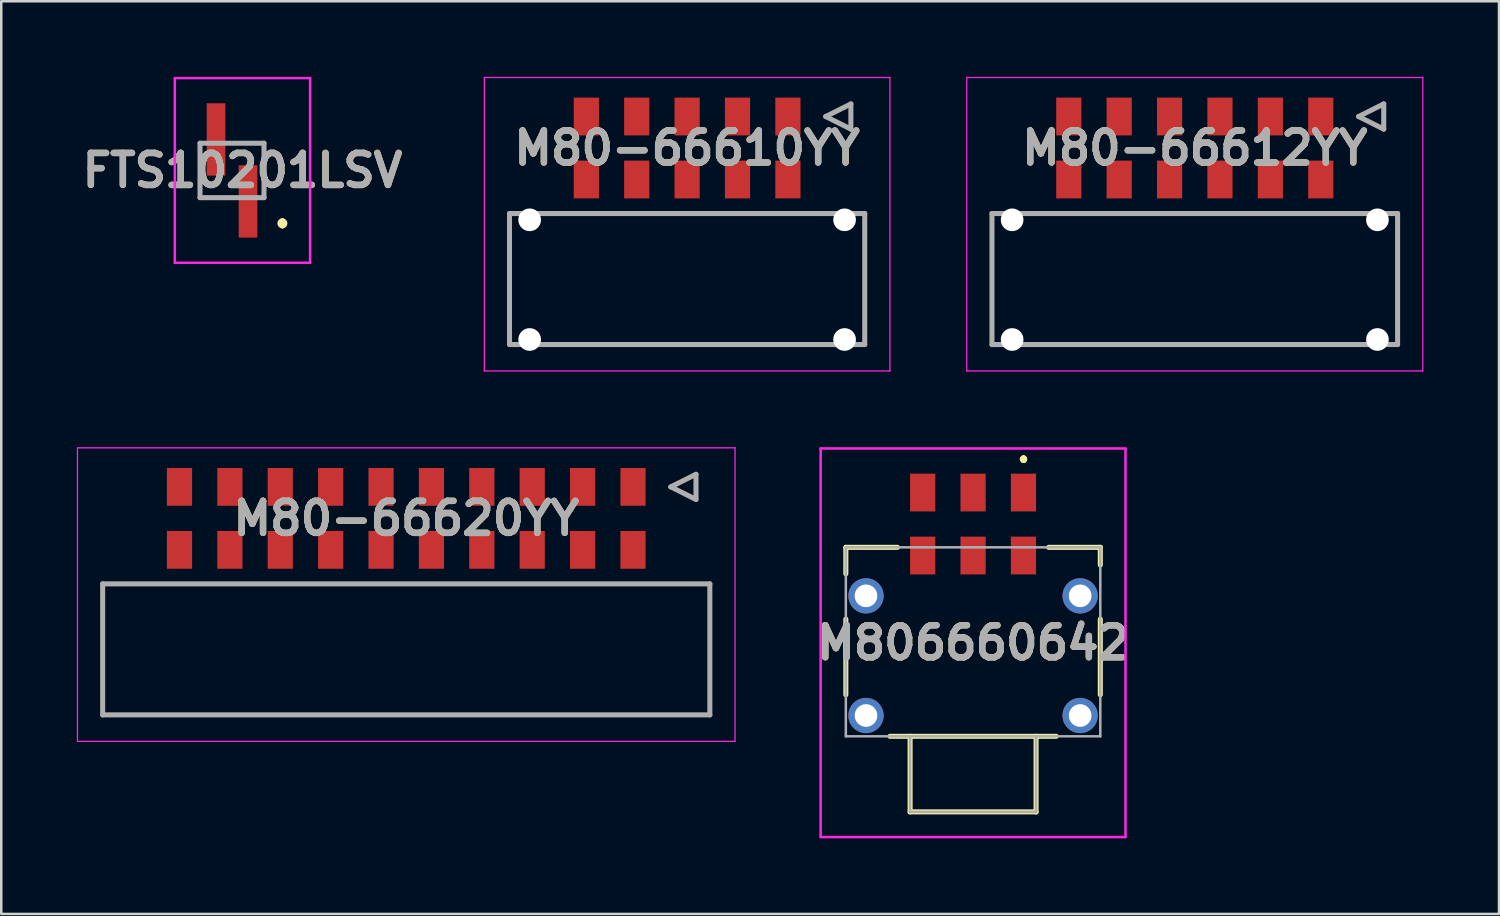
<source format=kicad_pcb>
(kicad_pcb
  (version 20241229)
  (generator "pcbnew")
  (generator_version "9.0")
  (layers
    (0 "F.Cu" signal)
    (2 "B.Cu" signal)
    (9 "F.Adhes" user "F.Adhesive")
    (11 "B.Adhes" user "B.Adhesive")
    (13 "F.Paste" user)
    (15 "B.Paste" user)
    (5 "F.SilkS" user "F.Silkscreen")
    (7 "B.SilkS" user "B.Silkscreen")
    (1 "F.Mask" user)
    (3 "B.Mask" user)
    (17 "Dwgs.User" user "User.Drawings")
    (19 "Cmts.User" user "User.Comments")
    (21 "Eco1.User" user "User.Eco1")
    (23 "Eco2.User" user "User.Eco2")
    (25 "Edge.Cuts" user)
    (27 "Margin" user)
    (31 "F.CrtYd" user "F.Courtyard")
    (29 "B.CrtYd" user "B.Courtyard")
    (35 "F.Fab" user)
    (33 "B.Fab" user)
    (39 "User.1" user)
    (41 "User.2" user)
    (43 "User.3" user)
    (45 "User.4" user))
  (footprint "M80-66620YY"
    (layer "F.Cu")
    (at 13.075 17.525)
    (property "Reference" "M80-66620YY" (at 0 0 0) (layer "F.SilkS") (effects (font (size 1.27 1.27) (thickness 0.254))))
    (attr through_hole)
    (fp_line (start -12.05 7.8) (end -12.05 2.6) (stroke (width 0.1) (type solid)) (layer "F.SilkS"))
    (fp_line (start 10.5 -1.25) (end 11.5 -1.75) (stroke (width 0.1) (type solid)) (layer "F.SilkS"))
    (fp_line (start 11.5 -1.75) (end 11.5 -0.75) (stroke (width 0.1) (type solid)) (layer "F.SilkS"))
    (fp_line (start 11.5 -0.75) (end 10.5 -1.25) (stroke (width 0.1) (type solid)) (layer "F.SilkS"))
    (fp_line (start 12.05 2.6) (end 12.05 7.8) (stroke (width 0.1) (type solid)) (layer "F.SilkS"))
    (fp_line (start -13.05 -2.8) (end 13.05 -2.8) (stroke (width 0.05) (type solid)) (layer "F.CrtYd"))
    (fp_line (start -13.05 8.85) (end -13.05 -2.8) (stroke (width 0.05) (type solid)) (layer "F.CrtYd"))
    (fp_line (start 13.05 -2.8) (end 13.05 8.85) (stroke (width 0.05) (type solid)) (layer "F.CrtYd"))
    (fp_line (start 13.05 8.85) (end -13.05 8.85) (stroke (width 0.05) (type solid)) (layer "F.CrtYd"))
    (fp_line (start -12.05 2.6) (end 12.05 2.6) (stroke (width 0.2) (type solid)) (layer "F.Fab"))
    (fp_line (start -12.05 7.8) (end -12.05 2.6) (stroke (width 0.2) (type solid)) (layer "F.Fab"))
    (fp_line (start 10.5 -1.25) (end 11.5 -1.75) (stroke (width 0.2) (type solid)) (layer "F.Fab"))
    (fp_line (start 11.5 -1.75) (end 11.5 -0.75) (stroke (width 0.2) (type solid)) (layer "F.Fab"))
    (fp_line (start 11.5 -0.75) (end 10.5 -1.25) (stroke (width 0.2) (type solid)) (layer "F.Fab"))
    (fp_line (start 12.05 2.6) (end 12.05 7.8) (stroke (width 0.2) (type solid)) (layer "F.Fab"))
    (fp_line (start 12.05 7.8) (end -12.05 7.8) (stroke (width 0.2) (type solid)) (layer "F.Fab"))
    (fp_text user "${REFERENCE}" (at 0 0 0) (layer "F.Fab") (effects (font (size 1.27 1.27) (thickness 0.254))))
    (pad "1" smd rect (at 9 -1.25) (size 1 1.5) (layers "F.Cu" "F.Mask" "F.Paste"))
    (pad "2" smd rect (at 7 -1.25) (size 1 1.5) (layers "F.Cu" "F.Mask" "F.Paste"))
    (pad "3" smd rect (at 5 -1.25) (size 1 1.5) (layers "F.Cu" "F.Mask" "F.Paste"))
    (pad "4" smd rect (at 3 -1.25) (size 1 1.5) (layers "F.Cu" "F.Mask" "F.Paste"))
    (pad "5" smd rect (at 1 -1.25) (size 1 1.5) (layers "F.Cu" "F.Mask" "F.Paste"))
    (pad "6" smd rect (at -1 -1.25) (size 1 1.5) (layers "F.Cu" "F.Mask" "F.Paste"))
    (pad "7" smd rect (at -3 -1.25) (size 1 1.5) (layers "F.Cu" "F.Mask" "F.Paste"))
    (pad "8" smd rect (at -5 -1.25) (size 1 1.5) (layers "F.Cu" "F.Mask" "F.Paste"))
    (pad "9" smd rect (at -7 -1.25) (size 1 1.5) (layers "F.Cu" "F.Mask" "F.Paste"))
    (pad "10" smd rect (at -9 -1.25) (size 1 1.5) (layers "F.Cu" "F.Mask" "F.Paste"))
    (pad "11" smd rect (at 9 1.25) (size 1 1.5) (layers "F.Cu" "F.Mask" "F.Paste"))
    (pad "12" smd rect (at 7 1.25) (size 1 1.5) (layers "F.Cu" "F.Mask" "F.Paste"))
    (pad "13" smd rect (at 5 1.25) (size 1 1.5) (layers "F.Cu" "F.Mask" "F.Paste"))
    (pad "14" smd rect (at 3 1.25) (size 1 1.5) (layers "F.Cu" "F.Mask" "F.Paste"))
    (pad "15" smd rect (at 1 1.25) (size 1 1.5) (layers "F.Cu" "F.Mask" "F.Paste"))
    (pad "16" smd rect (at -1 1.25) (size 1 1.5) (layers "F.Cu" "F.Mask" "F.Paste"))
    (pad "17" smd rect (at -3 1.25) (size 1 1.5) (layers "F.Cu" "F.Mask" "F.Paste"))
    (pad "18" smd rect (at -5 1.25) (size 1 1.5) (layers "F.Cu" "F.Mask" "F.Paste"))
    (pad "19" smd rect (at -7 1.25) (size 1 1.5) (layers "F.Cu" "F.Mask" "F.Paste"))
    (pad "20" smd rect (at -9 1.25) (size 1 1.5) (layers "F.Cu" "F.Mask" "F.Paste")))
  (footprint "M806660642"
    (layer "F.Cu")
    (at 35.573 22.425)
    (property "Reference" "M806660642" (at 0 0.038 0) (layer "F.SilkS") (effects (font (size 1.27 1.27) (thickness 0.254))))
    (attr through_hole)
    (fp_line (start -5.05 -3.75) (end -5.05 -2.7) (stroke (width 0.2) (type solid)) (layer "F.SilkS"))
    (fp_line (start -5.05 -0.9) (end -5.05 2.1) (stroke (width 0.2) (type solid)) (layer "F.SilkS"))
    (fp_line (start -3.3 3.75) (end 3.3 3.75) (stroke (width 0.2) (type solid)) (layer "F.SilkS"))
    (fp_line (start -3 -3.75) (end -5.05 -3.75) (stroke (width 0.2) (type solid)) (layer "F.SilkS"))
    (fp_line (start -2.5 3.75) (end -2.5 6.75) (stroke (width 0.2) (type solid)) (layer "F.SilkS"))
    (fp_line (start -2.5 6.75) (end 2.5 6.75) (stroke (width 0.2) (type solid)) (layer "F.SilkS"))
    (fp_line (start 2 -7.3) (end 2 -7.3) (stroke (width 0.2) (type solid)) (layer "F.SilkS"))
    (fp_line (start 2 -7.2) (end 2 -7.2) (stroke (width 0.2) (type solid)) (layer "F.SilkS"))
    (fp_line (start 2 -7.2) (end 2 -7.2) (stroke (width 0.2) (type solid)) (layer "F.SilkS"))
    (fp_line (start 2.5 6.75) (end 2.5 3.75) (stroke (width 0.2) (type solid)) (layer "F.SilkS"))
    (fp_line (start 3 -3.75) (end 5.05 -3.75) (stroke (width 0.2) (type solid)) (layer "F.SilkS"))
    (fp_line (start 5.05 -3.75) (end 5.05 -3.05) (stroke (width 0.2) (type solid)) (layer "F.SilkS"))
    (fp_line (start 5.05 2.1) (end 5.05 -0.9) (stroke (width 0.2) (type solid)) (layer "F.SilkS"))
    (fp_arc (start 2 -7.3) (mid 2.05 -7.25) (end 2 -7.2) (stroke (width 0.2) (type solid)) (layer "F.SilkS"))
    (fp_arc (start 2 -7.3) (mid 2.05 -7.25) (end 2 -7.2) (stroke (width 0.2) (type solid)) (layer "F.SilkS"))
    (fp_arc (start 2 -7.2) (mid 1.95 -7.25) (end 2 -7.3) (stroke (width 0.2) (type solid)) (layer "F.SilkS"))
    (fp_line (start -6.05 -7.675) (end 6.05 -7.675) (stroke (width 0.1) (type solid)) (layer "F.CrtYd"))
    (fp_line (start -6.05 7.75) (end -6.05 -7.675) (stroke (width 0.1) (type solid)) (layer "F.CrtYd"))
    (fp_line (start 6.05 -7.675) (end 6.05 7.75) (stroke (width 0.1) (type solid)) (layer "F.CrtYd"))
    (fp_line (start 6.05 7.75) (end -6.05 7.75) (stroke (width 0.1) (type solid)) (layer "F.CrtYd"))
    (fp_line (start -5.05 -3.75) (end 5.05 -3.75) (stroke (width 0.1) (type solid)) (layer "F.Fab"))
    (fp_line (start -5.05 3.75) (end -5.05 -3.75) (stroke (width 0.1) (type solid)) (layer "F.Fab"))
    (fp_line (start -2.5 3.75) (end -2.5 6.75) (stroke (width 0.1) (type solid)) (layer "F.Fab"))
    (fp_line (start -2.5 6.75) (end 2.5 6.75) (stroke (width 0.1) (type solid)) (layer "F.Fab"))
    (fp_line (start 2.5 6.75) (end 2.5 3.75) (stroke (width 0.1) (type solid)) (layer "F.Fab"))
    (fp_line (start 5.05 -3.75) (end 5.05 3.75) (stroke (width 0.1) (type solid)) (layer "F.Fab"))
    (fp_line (start 5.05 3.75) (end -5.05 3.75) (stroke (width 0.1) (type solid)) (layer "F.Fab"))
    (fp_text user "${REFERENCE}" (at 0 0.038 0) (layer "F.Fab") (effects (font (size 1.27 1.27) (thickness 0.254))))
    (pad "1" smd rect (at 2 -5.925) (size 1 1.5) (layers "F.Cu" "F.Mask" "F.Paste"))
    (pad "2" smd rect (at 2 -3.425) (size 1 1.5) (layers "F.Cu" "F.Mask" "F.Paste"))
    (pad "3" smd rect (at 0 -5.925) (size 1 1.5) (layers "F.Cu" "F.Mask" "F.Paste"))
    (pad "4" smd rect (at 0 -3.425) (size 1 1.5) (layers "F.Cu" "F.Mask" "F.Paste"))
    (pad "5" smd rect (at -2 -5.925) (size 1 1.5) (layers "F.Cu" "F.Mask" "F.Paste"))
    (pad "6" smd rect (at -2 -3.425) (size 1 1.5) (layers "F.Cu" "F.Mask" "F.Paste"))
    (pad "MH1" thru_hole circle (at -4.25 -1.825) (size 1.4 1.4) (drill 0.9) (layers "*.Cu" "*.Mask"))
    (pad "MH2" thru_hole circle (at 4.25 -1.825) (size 1.4 1.4) (drill 0.9) (layers "*.Cu" "*.Mask"))
    (pad "MH3" thru_hole circle (at -4.25 2.925) (size 1.4 1.4) (drill 0.9) (layers "*.Cu" "*.Mask"))
    (pad "MH4" thru_hole circle (at 4.25 2.925) (size 1.4 1.4) (drill 0.9) (layers "*.Cu" "*.Mask")))
  (footprint "M80-66612YY"
    (layer "F.Cu")
    (at 44.373 2.825)
    (property "Reference" "M80-66612YY" (at 0 0 0) (layer "F.SilkS") (effects (font (size 1.27 1.27) (thickness 0.254))))
    (attr through_hole)
    (fp_line (start -8.05 7.8) (end -8.05 2.6) (stroke (width 0.1) (type solid)) (layer "F.SilkS"))
    (fp_line (start 6.5 -1.25) (end 7.5 -1.75) (stroke (width 0.1) (type solid)) (layer "F.SilkS"))
    (fp_line (start 7.5 -1.75) (end 7.5 -0.75) (stroke (width 0.1) (type solid)) (layer "F.SilkS"))
    (fp_line (start 7.5 -0.75) (end 6.5 -1.25) (stroke (width 0.1) (type solid)) (layer "F.SilkS"))
    (fp_line (start 8.05 2.6) (end 8.05 7.8) (stroke (width 0.1) (type solid)) (layer "F.SilkS"))
    (fp_line (start -9.05 -2.8) (end 9.05 -2.8) (stroke (width 0.05) (type solid)) (layer "F.CrtYd"))
    (fp_line (start -9.05 8.85) (end -9.05 -2.8) (stroke (width 0.05) (type solid)) (layer "F.CrtYd"))
    (fp_line (start 9.05 -2.8) (end 9.05 8.85) (stroke (width 0.05) (type solid)) (layer "F.CrtYd"))
    (fp_line (start 9.05 8.85) (end -9.05 8.85) (stroke (width 0.05) (type solid)) (layer "F.CrtYd"))
    (fp_line (start -8.05 2.6) (end 8.05 2.6) (stroke (width 0.2) (type solid)) (layer "F.Fab"))
    (fp_line (start -8.05 7.8) (end -8.05 2.6) (stroke (width 0.2) (type solid)) (layer "F.Fab"))
    (fp_line (start 6.5 -1.25) (end 7.5 -1.75) (stroke (width 0.2) (type solid)) (layer "F.Fab"))
    (fp_line (start 7.5 -1.75) (end 7.5 -0.75) (stroke (width 0.2) (type solid)) (layer "F.Fab"))
    (fp_line (start 7.5 -0.75) (end 6.5 -1.25) (stroke (width 0.2) (type solid)) (layer "F.Fab"))
    (fp_line (start 8.05 2.6) (end 8.05 7.8) (stroke (width 0.2) (type solid)) (layer "F.Fab"))
    (fp_line (start 8.05 7.8) (end -8.05 7.8) (stroke (width 0.2) (type solid)) (layer "F.Fab"))
    (fp_text user "${REFERENCE}" (at 0 0 0) (layer "F.Fab") (effects (font (size 1.27 1.27) (thickness 0.254))))
    (pad "" np_thru_hole circle (at -7.25 2.85) (size 0.9 0.9) (drill 0.9) (layers "*.Cu" "*.Mask"))
    (pad "" np_thru_hole circle (at -7.25 7.6) (size 0.9 0.9) (drill 0.9) (layers "*.Cu" "*.Mask"))
    (pad "" np_thru_hole circle (at 7.25 2.85) (size 0.9 0.9) (drill 0.9) (layers "*.Cu" "*.Mask"))
    (pad "" np_thru_hole circle (at 7.25 7.6) (size 0.9 0.9) (drill 0.9) (layers "*.Cu" "*.Mask"))
    (pad "1" smd rect (at 5 -1.25) (size 1 1.5) (layers "F.Cu" "F.Mask" "F.Paste"))
    (pad "2" smd rect (at 3 -1.25) (size 1 1.5) (layers "F.Cu" "F.Mask" "F.Paste"))
    (pad "3" smd rect (at 1 -1.25) (size 1 1.5) (layers "F.Cu" "F.Mask" "F.Paste"))
    (pad "4" smd rect (at -1 -1.25) (size 1 1.5) (layers "F.Cu" "F.Mask" "F.Paste"))
    (pad "5" smd rect (at -3 -1.25) (size 1 1.5) (layers "F.Cu" "F.Mask" "F.Paste"))
    (pad "6" smd rect (at -5 -1.25) (size 1 1.5) (layers "F.Cu" "F.Mask" "F.Paste"))
    (pad "7" smd rect (at 5 1.25) (size 1 1.5) (layers "F.Cu" "F.Mask" "F.Paste"))
    (pad "8" smd rect (at 3 1.25) (size 1 1.5) (layers "F.Cu" "F.Mask" "F.Paste"))
    (pad "9" smd rect (at 1 1.25) (size 1 1.5) (layers "F.Cu" "F.Mask" "F.Paste"))
    (pad "10" smd rect (at -1 1.25) (size 1 1.5) (layers "F.Cu" "F.Mask" "F.Paste"))
    (pad "11" smd rect (at -3 1.25) (size 1 1.5) (layers "F.Cu" "F.Mask" "F.Paste"))
    (pad "12" smd rect (at -5 1.25) (size 1 1.5) (layers "F.Cu" "F.Mask" "F.Paste")))
  (footprint "M80-66610YY"
    (layer "F.Cu")
    (at 24.223 2.825)
    (property "Reference" "M80-66610YY" (at 0 0 0) (layer "F.SilkS") (effects (font (size 1.27 1.27) (thickness 0.254))))
    (attr through_hole)
    (fp_line (start -7.05 7.8) (end -7.05 2.6) (stroke (width 0.1) (type solid)) (layer "F.SilkS"))
    (fp_line (start 5.5 -1.25) (end 6.5 -1.75) (stroke (width 0.1) (type solid)) (layer "F.SilkS"))
    (fp_line (start 6.5 -1.75) (end 6.5 -0.75) (stroke (width 0.1) (type solid)) (layer "F.SilkS"))
    (fp_line (start 6.5 -0.75) (end 5.5 -1.25) (stroke (width 0.1) (type solid)) (layer "F.SilkS"))
    (fp_line (start 7.05 2.6) (end 7.05 7.8) (stroke (width 0.1) (type solid)) (layer "F.SilkS"))
    (fp_line (start -8.05 -2.8) (end 8.05 -2.8) (stroke (width 0.05) (type solid)) (layer "F.CrtYd"))
    (fp_line (start -8.05 8.85) (end -8.05 -2.8) (stroke (width 0.05) (type solid)) (layer "F.CrtYd"))
    (fp_line (start 8.05 -2.8) (end 8.05 8.85) (stroke (width 0.05) (type solid)) (layer "F.CrtYd"))
    (fp_line (start 8.05 8.85) (end -8.05 8.85) (stroke (width 0.05) (type solid)) (layer "F.CrtYd"))
    (fp_line (start -7.05 2.6) (end 7.05 2.6) (stroke (width 0.2) (type solid)) (layer "F.Fab"))
    (fp_line (start -7.05 7.8) (end -7.05 2.6) (stroke (width 0.2) (type solid)) (layer "F.Fab"))
    (fp_line (start 5.5 -1.25) (end 6.5 -1.75) (stroke (width 0.2) (type solid)) (layer "F.Fab"))
    (fp_line (start 6.5 -1.75) (end 6.5 -0.75) (stroke (width 0.2) (type solid)) (layer "F.Fab"))
    (fp_line (start 6.5 -0.75) (end 5.5 -1.25) (stroke (width 0.2) (type solid)) (layer "F.Fab"))
    (fp_line (start 7.05 2.6) (end 7.05 7.8) (stroke (width 0.2) (type solid)) (layer "F.Fab"))
    (fp_line (start 7.05 7.8) (end -7.05 7.8) (stroke (width 0.2) (type solid)) (layer "F.Fab"))
    (fp_text user "${REFERENCE}" (at 0 0 0) (layer "F.Fab") (effects (font (size 1.27 1.27) (thickness 0.254))))
    (pad "" np_thru_hole circle (at -6.25 2.85) (size 0.9 0.9) (drill 0.9) (layers "*.Cu" "*.Mask"))
    (pad "" np_thru_hole circle (at -6.25 7.6) (size 0.9 0.9) (drill 0.9) (layers "*.Cu" "*.Mask"))
    (pad "" np_thru_hole circle (at 6.25 2.85) (size 0.9 0.9) (drill 0.9) (layers "*.Cu" "*.Mask"))
    (pad "" np_thru_hole circle (at 6.25 7.6) (size 0.9 0.9) (drill 0.9) (layers "*.Cu" "*.Mask"))
    (pad "1" smd rect (at 4 -1.25) (size 1 1.5) (layers "F.Cu" "F.Mask" "F.Paste"))
    (pad "2" smd rect (at 2 -1.25) (size 1 1.5) (layers "F.Cu" "F.Mask" "F.Paste"))
    (pad "3" smd rect (at 0 -1.25) (size 1 1.5) (layers "F.Cu" "F.Mask" "F.Paste"))
    (pad "4" smd rect (at -2 -1.25) (size 1 1.5) (layers "F.Cu" "F.Mask" "F.Paste"))
    (pad "5" smd rect (at -4 -1.25) (size 1 1.5) (layers "F.Cu" "F.Mask" "F.Paste"))
    (pad "6" smd rect (at 4 1.25) (size 1 1.5) (layers "F.Cu" "F.Mask" "F.Paste"))
    (pad "7" smd rect (at 2 1.25) (size 1 1.5) (layers "F.Cu" "F.Mask" "F.Paste"))
    (pad "8" smd rect (at 0 1.25) (size 1 1.5) (layers "F.Cu" "F.Mask" "F.Paste"))
    (pad "9" smd rect (at -2 1.25) (size 1 1.5) (layers "F.Cu" "F.Mask" "F.Paste"))
    (pad "10" smd rect (at -4 1.25) (size 1 1.5) (layers "F.Cu" "F.Mask" "F.Paste")))
  (footprint "FTS10201LSV"
    (layer "F.Cu")
    (at 6.159 3.715)
    (property "Reference" "FTS10201LSV" (at 0.415 0 0) (layer "F.SilkS") (effects (font (size 1.27 1.27) (thickness 0.254))))
    (attr smd)
    (fp_line (start -1.27 -1.08) (end -1.27 1) (stroke (width 0.1) (type solid)) (layer "F.SilkS"))
    (fp_line (start -1.27 1.08) (end 0 1.08) (stroke (width 0.1) (type solid)) (layer "F.SilkS"))
    (fp_line (start 0 -1.08) (end 1.27 -1.08) (stroke (width 0.1) (type solid)) (layer "F.SilkS"))
    (fp_line (start 1.27 -1.08) (end 1.27 1.08) (stroke (width 0.1) (type solid)) (layer "F.SilkS"))
    (fp_line (start 2 2) (end 2 2) (stroke (width 0.2) (type solid)) (layer "F.SilkS"))
    (fp_line (start 2 2.2) (end 2 2.2) (stroke (width 0.2) (type solid)) (layer "F.SilkS"))
    (fp_arc (start 2 2) (mid 2.1 2.1) (end 2 2.2) (stroke (width 0.2) (type solid)) (layer "F.SilkS"))
    (fp_arc (start 2 2.2) (mid 1.9 2.1) (end 2 2) (stroke (width 0.2) (type solid)) (layer "F.SilkS"))
    (fp_line (start -2.27 -3.665) (end 3.1 -3.665) (stroke (width 0.1) (type solid)) (layer "F.CrtYd"))
    (fp_line (start -2.27 3.665) (end -2.27 -3.665) (stroke (width 0.1) (type solid)) (layer "F.CrtYd"))
    (fp_line (start 3.1 -3.665) (end 3.1 3.665) (stroke (width 0.1) (type solid)) (layer "F.CrtYd"))
    (fp_line (start 3.1 3.665) (end -2.27 3.665) (stroke (width 0.1) (type solid)) (layer "F.CrtYd"))
    (fp_line (start -1.27 -1.08) (end 1.27 -1.08) (stroke (width 0.2) (type solid)) (layer "F.Fab"))
    (fp_line (start -1.27 1.08) (end -1.27 -1.08) (stroke (width 0.2) (type solid)) (layer "F.Fab"))
    (fp_line (start 1.27 -1.08) (end 1.27 1.08) (stroke (width 0.2) (type solid)) (layer "F.Fab"))
    (fp_line (start 1.27 1.08) (end -1.27 1.08) (stroke (width 0.2) (type solid)) (layer "F.Fab"))
    (fp_text user "${REFERENCE}" (at 0.415 0 0) (layer "F.Fab") (effects (font (size 1.27 1.27) (thickness 0.254))))
    (pad "1" smd rect (at 0.635 1.23) (size 0.74 2.87) (layers "F.Cu" "F.Mask" "F.Paste"))
    (pad "2" smd rect (at -0.635 -1.23) (size 0.74 2.87) (layers "F.Cu" "F.Mask" "F.Paste")))
  (gr_rect
    (start -3 -3)
    (end 56.448 33.225)
    (stroke (width 0.1) (type default))
    (fill no)
    (layer "Edge.Cuts")))
</source>
